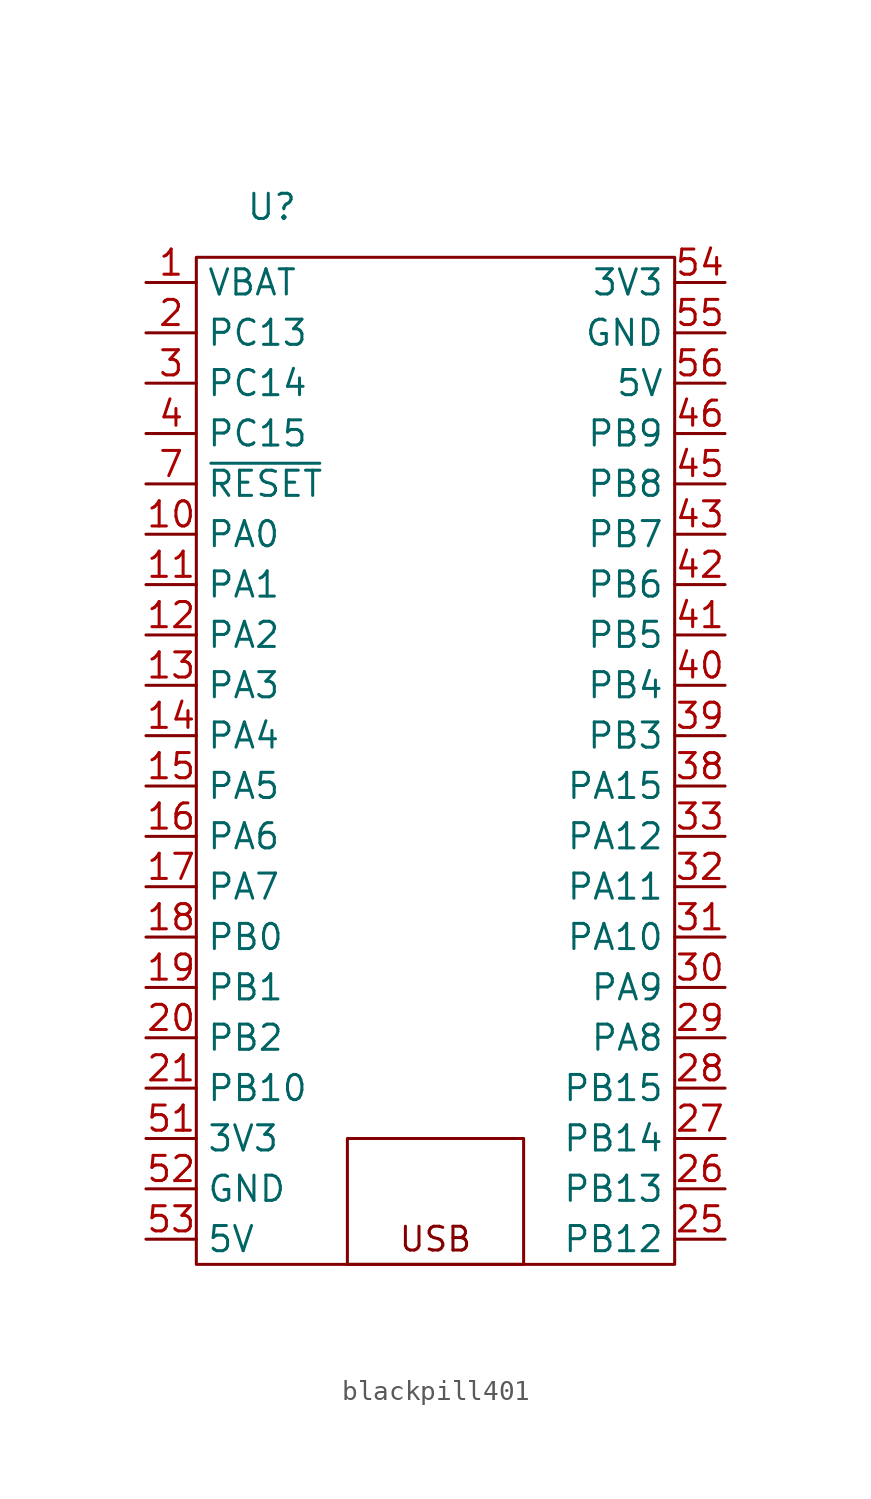
<source format=kicad_sym>
(kicad_symbol_lib
  (version 20220914)
  (generator kicad_symbol_editor)
  (symbol "blackpill401"
    (property "Reference" "U"
      (at -7.62 27.94 0)
      (effects (font (size 1.27 1.27))))
    (property "Value" ""
      (at -10.16 22.86 0)
      (effects (font (size 1.27 1.27))))
    (symbol "blackpill401_0_1"
      (rectangle (start -11.43 25.4) (end 12.7 -25.4) (stroke (width 0) (type default)) (fill (type none)))
      (rectangle (start -3.81 -19.05) (end 5.08 -25.4) (stroke (width 0) (type default)) (fill (type none))))
    (symbol "blackpill401_1_1"
      (text "USB" (at -1.27 -24.13 0) (effects (font (size 1.2 1.2)) (justify left)))
      (pin passive line (at -13.97 24.13 0) (length 2.54) (name "VBAT" (effects (font (size 1.27 1.27)))) (number "1" (effects (font (size 1.27 1.27)))))
      (pin passive line (at -13.97 11.43 0) (length 2.54) (name "PA0" (effects (font (size 1.27 1.27)))) (number "10" (effects (font (size 1.27 1.27)))))
      (pin passive line (at -13.97 8.89 0) (length 2.54) (name "PA1" (effects (font (size 1.27 1.27)))) (number "11" (effects (font (size 1.27 1.27)))))
      (pin passive line (at -13.97 6.35 0) (length 2.54) (name "PA2" (effects (font (size 1.27 1.27)))) (number "12" (effects (font (size 1.27 1.27)))))
      (pin passive line (at -13.97 3.81 0) (length 2.54) (name "PA3" (effects (font (size 1.27 1.27)))) (number "13" (effects (font (size 1.27 1.27)))))
      (pin passive line (at -13.97 1.27 0) (length 2.54) (name "PA4" (effects (font (size 1.27 1.27)))) (number "14" (effects (font (size 1.27 1.27)))))
      (pin passive line (at -13.97 -1.27 0) (length 2.54) (name "PA5" (effects (font (size 1.27 1.27)))) (number "15" (effects (font (size 1.27 1.27)))))
      (pin passive line (at -13.97 -3.81 0) (length 2.54) (name "PA6" (effects (font (size 1.27 1.27)))) (number "16" (effects (font (size 1.27 1.27)))))
      (pin passive line (at -13.97 -6.35 0) (length 2.54) (name "PA7" (effects (font (size 1.27 1.27)))) (number "17" (effects (font (size 1.27 1.27)))))
      (pin passive line (at -13.97 -8.89 0) (length 2.54) (name "PB0" (effects (font (size 1.27 1.27)))) (number "18" (effects (font (size 1.27 1.27)))))
      (pin passive line (at -13.97 -11.43 0) (length 2.54) (name "PB1" (effects (font (size 1.27 1.27)))) (number "19" (effects (font (size 1.27 1.27)))))
      (pin passive line (at -13.97 21.59 0) (length 2.54) (name "PC13" (effects (font (size 1.27 1.27)))) (number "2" (effects (font (size 1.27 1.27)))))
      (pin passive line (at -13.97 -13.97 0) (length 2.54) (name "PB2" (effects (font (size 1.27 1.27)))) (number "20" (effects (font (size 1.27 1.27)))))
      (pin passive line (at -13.97 -16.51 0) (length 2.54) (name "PB10" (effects (font (size 1.27 1.27)))) (number "21" (effects (font (size 1.27 1.27)))))
      (pin passive line (at 15.24 -24.13 180) (length 2.54) (name "PB12" (effects (font (size 1.27 1.27)))) (number "25" (effects (font (size 1.27 1.27)))))
      (pin passive line (at 15.24 -21.59 180) (length 2.54) (name "PB13" (effects (font (size 1.27 1.27)))) (number "26" (effects (font (size 1.27 1.27)))))
      (pin passive line (at 15.24 -19.05 180) (length 2.54) (name "PB14" (effects (font (size 1.27 1.27)))) (number "27" (effects (font (size 1.27 1.27)))))
      (pin passive line (at 15.24 -16.51 180) (length 2.54) (name "PB15" (effects (font (size 1.27 1.27)))) (number "28" (effects (font (size 1.27 1.27)))))
      (pin passive line (at 15.24 -13.97 180) (length 2.54) (name "PA8" (effects (font (size 1.27 1.27)))) (number "29" (effects (font (size 1.27 1.27)))))
      (pin passive line (at -13.97 19.05 0) (length 2.54) (name "PC14" (effects (font (size 1.27 1.27)))) (number "3" (effects (font (size 1.27 1.27)))))
      (pin passive line (at 15.24 -11.43 180) (length 2.54) (name "PA9" (effects (font (size 1.27 1.27)))) (number "30" (effects (font (size 1.27 1.27)))))
      (pin passive line (at 15.24 -8.89 180) (length 2.54) (name "PA10" (effects (font (size 1.27 1.27)))) (number "31" (effects (font (size 1.27 1.27)))))
      (pin passive line (at 15.24 -6.35 180) (length 2.54) (name "PA11" (effects (font (size 1.27 1.27)))) (number "32" (effects (font (size 1.27 1.27)))))
      (pin passive line (at 15.24 -3.81 180) (length 2.54) (name "PA12" (effects (font (size 1.27 1.27)))) (number "33" (effects (font (size 1.27 1.27)))))
      (pin passive line (at 15.24 -1.27 180) (length 2.54) (name "PA15" (effects (font (size 1.27 1.27)))) (number "38" (effects (font (size 1.27 1.27)))))
      (pin passive line (at 15.24 1.27 180) (length 2.54) (name "PB3" (effects (font (size 1.27 1.27)))) (number "39" (effects (font (size 1.27 1.27)))))
      (pin passive line (at -13.97 16.51 0) (length 2.54) (name "PC15" (effects (font (size 1.27 1.27)))) (number "4" (effects (font (size 1.27 1.27)))))
      (pin passive line (at 15.24 3.81 180) (length 2.54) (name "PB4" (effects (font (size 1.27 1.27)))) (number "40" (effects (font (size 1.27 1.27)))))
      (pin passive line (at 15.24 6.35 180) (length 2.54) (name "PB5" (effects (font (size 1.27 1.27)))) (number "41" (effects (font (size 1.27 1.27)))))
      (pin passive line (at 15.24 8.89 180) (length 2.54) (name "PB6" (effects (font (size 1.27 1.27)))) (number "42" (effects (font (size 1.27 1.27)))))
      (pin passive line (at 15.24 11.43 180) (length 2.54) (name "PB7" (effects (font (size 1.27 1.27)))) (number "43" (effects (font (size 1.27 1.27)))))
      (pin passive line (at 15.24 13.97 180) (length 2.54) (name "PB8" (effects (font (size 1.27 1.27)))) (number "45" (effects (font (size 1.27 1.27)))))
      (pin passive line (at 15.24 16.51 180) (length 2.54) (name "PB9" (effects (font (size 1.27 1.27)))) (number "46" (effects (font (size 1.27 1.27)))))
      (pin passive line (at -13.97 -19.05 0) (length 2.54) (name "3V3" (effects (font (size 1.27 1.27)))) (number "51" (effects (font (size 1.27 1.27)))))
      (pin passive line (at -13.97 -21.59 0) (length 2.54) (name "GND" (effects (font (size 1.27 1.27)))) (number "52" (effects (font (size 1.27 1.27)))))
      (pin passive line (at -13.97 -24.13 0) (length 2.54) (name "5V" (effects (font (size 1.27 1.27)))) (number "53" (effects (font (size 1.27 1.27)))))
      (pin passive line (at 15.24 24.13 180) (length 2.54) (name "3V3" (effects (font (size 1.27 1.27)))) (number "54" (effects (font (size 1.27 1.27)))))
      (pin passive line (at 15.24 21.59 180) (length 2.54) (name "GND" (effects (font (size 1.27 1.27)))) (number "55" (effects (font (size 1.27 1.27)))))
      (pin passive line (at 15.24 19.05 180) (length 2.54) (name "5V" (effects (font (size 1.27 1.27)))) (number "56" (effects (font (size 1.27 1.27)))))
      (pin passive line (at -13.97 13.97 0) (length 2.54) (name "~{RESET}" (effects (font (size 1.27 1.27)))) (number "7" (effects (font (size 1.27 1.27))))))))
</source>
